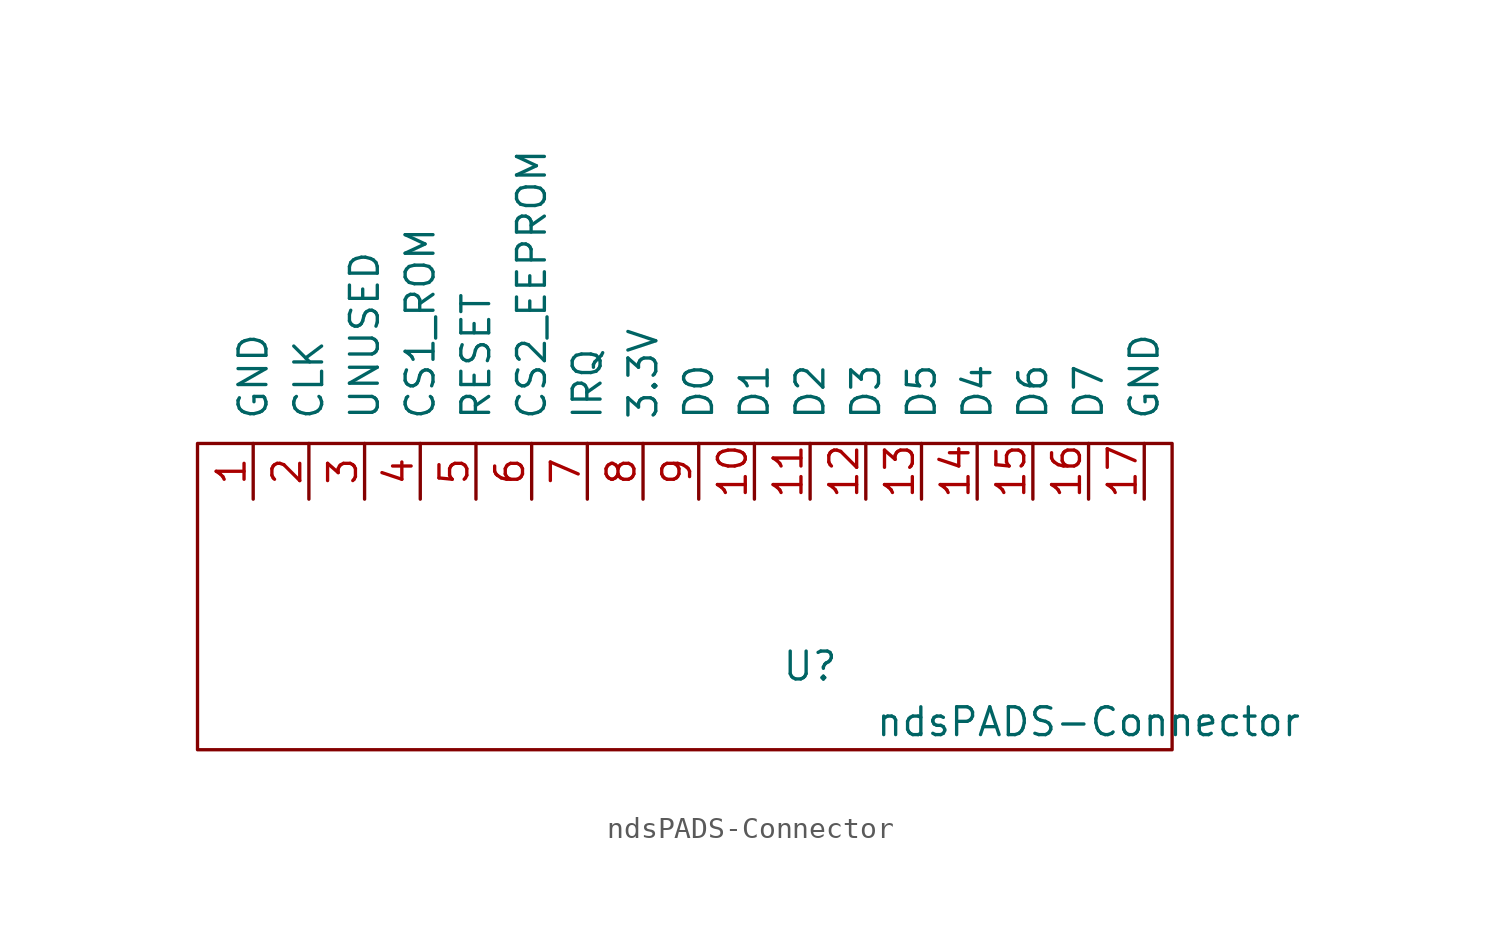
<source format=kicad_sym>
(kicad_symbol_lib
  (version 20211014)
  (generator kicad_symbol_editor)
  (symbol "ndsPADS-Connector"
    (pin_names
      (offset 1.016))
    (property "Reference" "U"
      (at 0 0 0)
      (effects (font (size 1.27 1.27))))
    (property "Value" "ndsPADS-Connector"
      (at 12.7 -2.54 0)
      (effects (font (size 1.27 1.27))))
    (symbol "ndsPADS-Connector_0_1"
      (rectangle (start -27.94 -3.81) (end 16.51 10.16) (stroke (width 0) (type default) (color 0 0 0 0)) (fill (type none))))
    (symbol "ndsPADS-Connector_1_1"
      (pin input line (at -25.4 7.62 90) (length 2.54) (name "GND" (effects (font (size 1.27 1.27)))) (number "1" (effects (font (size 1.27 1.27)))))
      (pin input line (at -2.54 7.62 90) (length 2.54) (name "D1" (effects (font (size 1.27 1.27)))) (number "10" (effects (font (size 1.27 1.27)))))
      (pin input line (at 0 7.62 90) (length 2.54) (name "D2" (effects (font (size 1.27 1.27)))) (number "11" (effects (font (size 1.27 1.27)))))
      (pin input line (at 2.54 7.62 90) (length 2.54) (name "D3" (effects (font (size 1.27 1.27)))) (number "12" (effects (font (size 1.27 1.27)))))
      (pin input line (at 5.08 7.62 90) (length 2.54) (name "D5" (effects (font (size 1.27 1.27)))) (number "13" (effects (font (size 1.27 1.27)))))
      (pin input line (at 7.62 7.62 90) (length 2.54) (name "D4" (effects (font (size 1.27 1.27)))) (number "14" (effects (font (size 1.27 1.27)))))
      (pin input line (at 10.16 7.62 90) (length 2.54) (name "D6" (effects (font (size 1.27 1.27)))) (number "15" (effects (font (size 1.27 1.27)))))
      (pin input line (at 12.7 7.62 90) (length 2.54) (name "D7" (effects (font (size 1.27 1.27)))) (number "16" (effects (font (size 1.27 1.27)))))
      (pin passive line (at 15.24 7.62 90) (length 2.54) (name "GND" (effects (font (size 1.27 1.27)))) (number "17" (effects (font (size 1.27 1.27)))))
      (pin input line (at -22.86 7.62 90) (length 2.54) (name "CLK" (effects (font (size 1.27 1.27)))) (number "2" (effects (font (size 1.27 1.27)))))
      (pin bidirectional line (at -20.32 7.62 90) (length 2.54) (name "UNUSED" (effects (font (size 1.27 1.27)))) (number "3" (effects (font (size 1.27 1.27)))))
      (pin input line (at -17.78 7.62 90) (length 2.54) (name "CS1_ROM" (effects (font (size 1.27 1.27)))) (number "4" (effects (font (size 1.27 1.27)))))
      (pin input line (at -15.24 7.62 90) (length 2.54) (name "RESET" (effects (font (size 1.27 1.27)))) (number "5" (effects (font (size 1.27 1.27)))))
      (pin input line (at -12.7 7.62 90) (length 2.54) (name "CS2_EEPROM" (effects (font (size 1.27 1.27)))) (number "6" (effects (font (size 1.27 1.27)))))
      (pin output line (at -10.16 7.62 90) (length 2.54) (name "IRQ" (effects (font (size 1.27 1.27)))) (number "7" (effects (font (size 1.27 1.27)))))
      (pin output line (at -7.62 7.62 90) (length 2.54) (name "3.3V" (effects (font (size 1.27 1.27)))) (number "8" (effects (font (size 1.27 1.27)))))
      (pin input line (at -5.08 7.62 90) (length 2.54) (name "D0" (effects (font (size 1.27 1.27)))) (number "9" (effects (font (size 1.27 1.27))))))))
</source>
